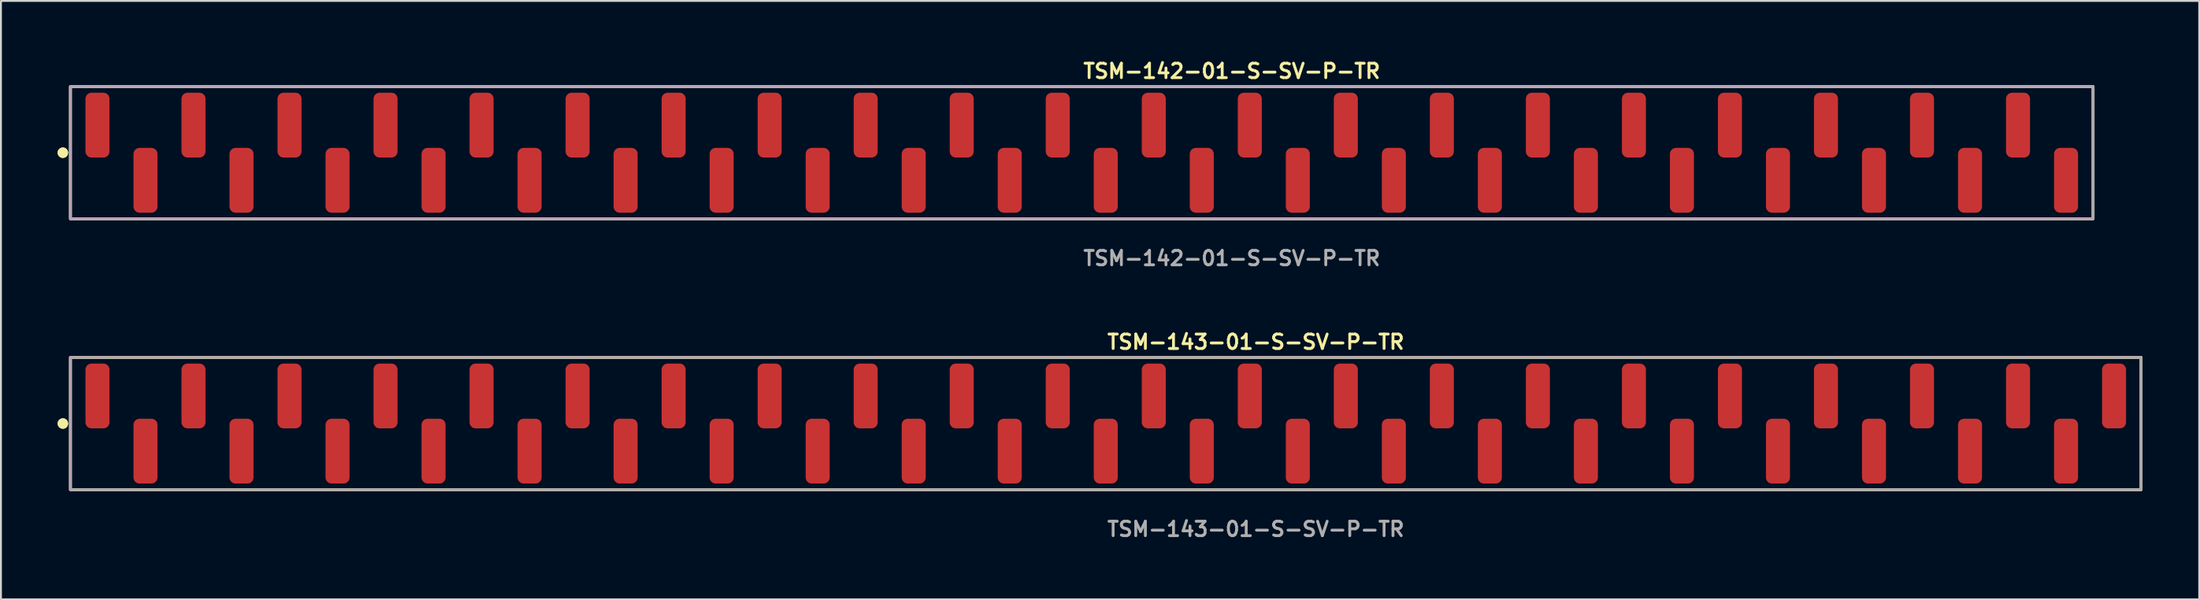
<source format=kicad_pcb>
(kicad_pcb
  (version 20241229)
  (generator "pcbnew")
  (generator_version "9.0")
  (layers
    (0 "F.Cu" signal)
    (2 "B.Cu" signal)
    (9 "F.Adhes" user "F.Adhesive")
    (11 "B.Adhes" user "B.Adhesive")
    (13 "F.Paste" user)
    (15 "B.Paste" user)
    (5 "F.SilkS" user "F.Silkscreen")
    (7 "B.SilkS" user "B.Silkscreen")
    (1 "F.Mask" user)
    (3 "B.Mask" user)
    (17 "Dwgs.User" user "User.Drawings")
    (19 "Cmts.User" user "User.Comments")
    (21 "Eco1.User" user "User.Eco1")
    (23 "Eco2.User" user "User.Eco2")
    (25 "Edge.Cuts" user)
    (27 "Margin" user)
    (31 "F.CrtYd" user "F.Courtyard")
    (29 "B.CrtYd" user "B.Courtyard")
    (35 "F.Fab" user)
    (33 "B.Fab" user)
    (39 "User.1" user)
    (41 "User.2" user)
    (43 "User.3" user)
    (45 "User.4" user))
  (footprint "TSM-143-01-S-SV-P-TR"
    (layer "F.Cu")
    (at 55.446 19.364)
    (property "Reference" "TSM-143-01-S-SV-P-TR" (at 0 -4.318 0) (unlocked yes) (layer "F.SilkS") (effects (font (size 0.762 0.762) (thickness 0.152)) (justify left)))
    (fp_rect (start -54.77 3.5) (end 54.77 -3.5) (stroke (width 0.152) (type solid)) (fill no) (layer "F.SilkS"))
    (fp_circle (center -55.17 0) (end -55.37 0) (stroke (width 0.152) (type solid)) (fill yes) (layer "F.SilkS"))
    (fp_circle (center -55.17 0) (end -55.37 0) (stroke (width 0.152) (type solid)) (fill yes) (layer "F.SilkS"))
    (fp_rect (start -54.77 3.5) (end 54.77 -3.5) (stroke (width 0.006) (type solid)) (fill no) (layer "F.CrtYd"))
    (fp_rect (start -54.77 3.5) (end 54.77 -3.5) (stroke (width 0.152) (type solid)) (fill no) (layer "F.Fab"))
    (fp_text user "${REFERENCE}" (at 0 5.588 0) (unlocked yes) (layer "F.Fab") (effects (font (size 0.762 0.762) (thickness 0.152)) (justify left)))
    (pad "1" smd roundrect (at -53.34 -1.46) (size 1.27 3.43) (layers "F.Cu" "F.Paste") (roundrect_rratio 0.25))
    (pad "2" smd roundrect (at -50.8 1.46) (size 1.27 3.43) (layers "F.Cu" "F.Paste") (roundrect_rratio 0.25))
    (pad "3" smd roundrect (at -48.26 -1.46) (size 1.27 3.43) (layers "F.Cu" "F.Paste") (roundrect_rratio 0.25))
    (pad "4" smd roundrect (at -45.72 1.46) (size 1.27 3.43) (layers "F.Cu" "F.Paste") (roundrect_rratio 0.25))
    (pad "5" smd roundrect (at -43.18 -1.46) (size 1.27 3.43) (layers "F.Cu" "F.Paste") (roundrect_rratio 0.25))
    (pad "6" smd roundrect (at -40.64 1.46) (size 1.27 3.43) (layers "F.Cu" "F.Paste") (roundrect_rratio 0.25))
    (pad "7" smd roundrect (at -38.1 -1.46) (size 1.27 3.43) (layers "F.Cu" "F.Paste") (roundrect_rratio 0.25))
    (pad "8" smd roundrect (at -35.56 1.46) (size 1.27 3.43) (layers "F.Cu" "F.Paste") (roundrect_rratio 0.25))
    (pad "9" smd roundrect (at -33.02 -1.46) (size 1.27 3.43) (layers "F.Cu" "F.Paste") (roundrect_rratio 0.25))
    (pad "10" smd roundrect (at -30.48 1.46) (size 1.27 3.43) (layers "F.Cu" "F.Paste") (roundrect_rratio 0.25))
    (pad "11" smd roundrect (at -27.94 -1.46) (size 1.27 3.43) (layers "F.Cu" "F.Paste") (roundrect_rratio 0.25))
    (pad "12" smd roundrect (at -25.4 1.46) (size 1.27 3.43) (layers "F.Cu" "F.Paste") (roundrect_rratio 0.25))
    (pad "13" smd roundrect (at -22.86 -1.46) (size 1.27 3.43) (layers "F.Cu" "F.Paste") (roundrect_rratio 0.25))
    (pad "14" smd roundrect (at -20.32 1.46) (size 1.27 3.43) (layers "F.Cu" "F.Paste") (roundrect_rratio 0.25))
    (pad "15" smd roundrect (at -17.78 -1.46) (size 1.27 3.43) (layers "F.Cu" "F.Paste") (roundrect_rratio 0.25))
    (pad "16" smd roundrect (at -15.24 1.46) (size 1.27 3.43) (layers "F.Cu" "F.Paste") (roundrect_rratio 0.25))
    (pad "17" smd roundrect (at -12.7 -1.46) (size 1.27 3.43) (layers "F.Cu" "F.Paste") (roundrect_rratio 0.25))
    (pad "18" smd roundrect (at -10.16 1.46) (size 1.27 3.43) (layers "F.Cu" "F.Paste") (roundrect_rratio 0.25))
    (pad "19" smd roundrect (at -7.62 -1.46) (size 1.27 3.43) (layers "F.Cu" "F.Paste") (roundrect_rratio 0.25))
    (pad "20" smd roundrect (at -5.08 1.46) (size 1.27 3.43) (layers "F.Cu" "F.Paste") (roundrect_rratio 0.25))
    (pad "21" smd roundrect (at -2.54 -1.46) (size 1.27 3.43) (layers "F.Cu" "F.Paste") (roundrect_rratio 0.25))
    (pad "22" smd roundrect (at 0 1.46) (size 1.27 3.43) (layers "F.Cu" "F.Paste") (roundrect_rratio 0.25))
    (pad "23" smd roundrect (at 2.54 -1.46) (size 1.27 3.43) (layers "F.Cu" "F.Paste") (roundrect_rratio 0.25))
    (pad "24" smd roundrect (at 5.08 1.46) (size 1.27 3.43) (layers "F.Cu" "F.Paste") (roundrect_rratio 0.25))
    (pad "25" smd roundrect (at 7.62 -1.46) (size 1.27 3.43) (layers "F.Cu" "F.Paste") (roundrect_rratio 0.25))
    (pad "26" smd roundrect (at 10.16 1.46) (size 1.27 3.43) (layers "F.Cu" "F.Paste") (roundrect_rratio 0.25))
    (pad "27" smd roundrect (at 12.7 -1.46) (size 1.27 3.43) (layers "F.Cu" "F.Paste") (roundrect_rratio 0.25))
    (pad "28" smd roundrect (at 15.24 1.46) (size 1.27 3.43) (layers "F.Cu" "F.Paste") (roundrect_rratio 0.25))
    (pad "29" smd roundrect (at 17.78 -1.46) (size 1.27 3.43) (layers "F.Cu" "F.Paste") (roundrect_rratio 0.25))
    (pad "30" smd roundrect (at 20.32 1.46) (size 1.27 3.43) (layers "F.Cu" "F.Paste") (roundrect_rratio 0.25))
    (pad "31" smd roundrect (at 22.86 -1.46) (size 1.27 3.43) (layers "F.Cu" "F.Paste") (roundrect_rratio 0.25))
    (pad "32" smd roundrect (at 25.4 1.46) (size 1.27 3.43) (layers "F.Cu" "F.Paste") (roundrect_rratio 0.25))
    (pad "33" smd roundrect (at 27.94 -1.46) (size 1.27 3.43) (layers "F.Cu" "F.Paste") (roundrect_rratio 0.25))
    (pad "34" smd roundrect (at 30.48 1.46) (size 1.27 3.43) (layers "F.Cu" "F.Paste") (roundrect_rratio 0.25))
    (pad "35" smd roundrect (at 33.02 -1.46) (size 1.27 3.43) (layers "F.Cu" "F.Paste") (roundrect_rratio 0.25))
    (pad "36" smd roundrect (at 35.56 1.46) (size 1.27 3.43) (layers "F.Cu" "F.Paste") (roundrect_rratio 0.25))
    (pad "37" smd roundrect (at 38.1 -1.46) (size 1.27 3.43) (layers "F.Cu" "F.Paste") (roundrect_rratio 0.25))
    (pad "38" smd roundrect (at 40.64 1.46) (size 1.27 3.43) (layers "F.Cu" "F.Paste") (roundrect_rratio 0.25))
    (pad "39" smd roundrect (at 43.18 -1.46) (size 1.27 3.43) (layers "F.Cu" "F.Paste") (roundrect_rratio 0.25))
    (pad "40" smd roundrect (at 45.72 1.46) (size 1.27 3.43) (layers "F.Cu" "F.Paste") (roundrect_rratio 0.25))
    (pad "41" smd roundrect (at 48.26 -1.46) (size 1.27 3.43) (layers "F.Cu" "F.Paste") (roundrect_rratio 0.25))
    (pad "42" smd roundrect (at 50.8 1.46) (size 1.27 3.43) (layers "F.Cu" "F.Paste") (roundrect_rratio 0.25))
    (pad "43" smd roundrect (at 53.34 -1.46) (size 1.27 3.43) (layers "F.Cu" "F.Paste") (roundrect_rratio 0.25)))
  (footprint "TSM-142-01-S-SV-P-TR"
    (layer "F.Cu")
    (at 54.176 5.031)
    (property "Reference" "TSM-142-01-S-SV-P-TR" (at 0 -4.318 0) (unlocked yes) (layer "F.SilkS") (effects (font (size 0.762 0.762) (thickness 0.152)) (justify left)))
    (fp_rect (start -53.5 3.5) (end 53.5 -3.5) (stroke (width 0.152) (type solid)) (fill no) (layer "F.SilkS"))
    (fp_circle (center -53.9 0) (end -54.1 0) (stroke (width 0.152) (type solid)) (fill yes) (layer "F.SilkS"))
    (fp_circle (center -53.9 0) (end -54.1 0) (stroke (width 0.152) (type solid)) (fill yes) (layer "F.SilkS"))
    (fp_rect (start -53.5 3.5) (end 53.5 -3.5) (stroke (width 0.006) (type solid)) (fill no) (layer "F.CrtYd"))
    (fp_rect (start -53.5 3.5) (end 53.5 -3.5) (stroke (width 0.152) (type solid)) (fill no) (layer "F.Fab"))
    (fp_text user "${REFERENCE}" (at 0 5.588 0) (unlocked yes) (layer "F.Fab") (effects (font (size 0.762 0.762) (thickness 0.152)) (justify left)))
    (pad "1" smd roundrect (at -52.07 -1.46) (size 1.27 3.43) (layers "F.Cu" "F.Paste") (roundrect_rratio 0.25))
    (pad "2" smd roundrect (at -49.53 1.46) (size 1.27 3.43) (layers "F.Cu" "F.Paste") (roundrect_rratio 0.25))
    (pad "3" smd roundrect (at -46.99 -1.46) (size 1.27 3.43) (layers "F.Cu" "F.Paste") (roundrect_rratio 0.25))
    (pad "4" smd roundrect (at -44.45 1.46) (size 1.27 3.43) (layers "F.Cu" "F.Paste") (roundrect_rratio 0.25))
    (pad "5" smd roundrect (at -41.91 -1.46) (size 1.27 3.43) (layers "F.Cu" "F.Paste") (roundrect_rratio 0.25))
    (pad "6" smd roundrect (at -39.37 1.46) (size 1.27 3.43) (layers "F.Cu" "F.Paste") (roundrect_rratio 0.25))
    (pad "7" smd roundrect (at -36.83 -1.46) (size 1.27 3.43) (layers "F.Cu" "F.Paste") (roundrect_rratio 0.25))
    (pad "8" smd roundrect (at -34.29 1.46) (size 1.27 3.43) (layers "F.Cu" "F.Paste") (roundrect_rratio 0.25))
    (pad "9" smd roundrect (at -31.75 -1.46) (size 1.27 3.43) (layers "F.Cu" "F.Paste") (roundrect_rratio 0.25))
    (pad "10" smd roundrect (at -29.21 1.46) (size 1.27 3.43) (layers "F.Cu" "F.Paste") (roundrect_rratio 0.25))
    (pad "11" smd roundrect (at -26.67 -1.46) (size 1.27 3.43) (layers "F.Cu" "F.Paste") (roundrect_rratio 0.25))
    (pad "12" smd roundrect (at -24.13 1.46) (size 1.27 3.43) (layers "F.Cu" "F.Paste") (roundrect_rratio 0.25))
    (pad "13" smd roundrect (at -21.59 -1.46) (size 1.27 3.43) (layers "F.Cu" "F.Paste") (roundrect_rratio 0.25))
    (pad "14" smd roundrect (at -19.05 1.46) (size 1.27 3.43) (layers "F.Cu" "F.Paste") (roundrect_rratio 0.25))
    (pad "15" smd roundrect (at -16.51 -1.46) (size 1.27 3.43) (layers "F.Cu" "F.Paste") (roundrect_rratio 0.25))
    (pad "16" smd roundrect (at -13.97 1.46) (size 1.27 3.43) (layers "F.Cu" "F.Paste") (roundrect_rratio 0.25))
    (pad "17" smd roundrect (at -11.43 -1.46) (size 1.27 3.43) (layers "F.Cu" "F.Paste") (roundrect_rratio 0.25))
    (pad "18" smd roundrect (at -8.89 1.46) (size 1.27 3.43) (layers "F.Cu" "F.Paste") (roundrect_rratio 0.25))
    (pad "19" smd roundrect (at -6.35 -1.46) (size 1.27 3.43) (layers "F.Cu" "F.Paste") (roundrect_rratio 0.25))
    (pad "20" smd roundrect (at -3.81 1.46) (size 1.27 3.43) (layers "F.Cu" "F.Paste") (roundrect_rratio 0.25))
    (pad "21" smd roundrect (at -1.27 -1.46) (size 1.27 3.43) (layers "F.Cu" "F.Paste") (roundrect_rratio 0.25))
    (pad "22" smd roundrect (at 1.27 1.46) (size 1.27 3.43) (layers "F.Cu" "F.Paste") (roundrect_rratio 0.25))
    (pad "23" smd roundrect (at 3.81 -1.46) (size 1.27 3.43) (layers "F.Cu" "F.Paste") (roundrect_rratio 0.25))
    (pad "24" smd roundrect (at 6.35 1.46) (size 1.27 3.43) (layers "F.Cu" "F.Paste") (roundrect_rratio 0.25))
    (pad "25" smd roundrect (at 8.89 -1.46) (size 1.27 3.43) (layers "F.Cu" "F.Paste") (roundrect_rratio 0.25))
    (pad "26" smd roundrect (at 11.43 1.46) (size 1.27 3.43) (layers "F.Cu" "F.Paste") (roundrect_rratio 0.25))
    (pad "27" smd roundrect (at 13.97 -1.46) (size 1.27 3.43) (layers "F.Cu" "F.Paste") (roundrect_rratio 0.25))
    (pad "28" smd roundrect (at 16.51 1.46) (size 1.27 3.43) (layers "F.Cu" "F.Paste") (roundrect_rratio 0.25))
    (pad "29" smd roundrect (at 19.05 -1.46) (size 1.27 3.43) (layers "F.Cu" "F.Paste") (roundrect_rratio 0.25))
    (pad "30" smd roundrect (at 21.59 1.46) (size 1.27 3.43) (layers "F.Cu" "F.Paste") (roundrect_rratio 0.25))
    (pad "31" smd roundrect (at 24.13 -1.46) (size 1.27 3.43) (layers "F.Cu" "F.Paste") (roundrect_rratio 0.25))
    (pad "32" smd roundrect (at 26.67 1.46) (size 1.27 3.43) (layers "F.Cu" "F.Paste") (roundrect_rratio 0.25))
    (pad "33" smd roundrect (at 29.21 -1.46) (size 1.27 3.43) (layers "F.Cu" "F.Paste") (roundrect_rratio 0.25))
    (pad "34" smd roundrect (at 31.75 1.46) (size 1.27 3.43) (layers "F.Cu" "F.Paste") (roundrect_rratio 0.25))
    (pad "35" smd roundrect (at 34.29 -1.46) (size 1.27 3.43) (layers "F.Cu" "F.Paste") (roundrect_rratio 0.25))
    (pad "36" smd roundrect (at 36.83 1.46) (size 1.27 3.43) (layers "F.Cu" "F.Paste") (roundrect_rratio 0.25))
    (pad "37" smd roundrect (at 39.37 -1.46) (size 1.27 3.43) (layers "F.Cu" "F.Paste") (roundrect_rratio 0.25))
    (pad "38" smd roundrect (at 41.91 1.46) (size 1.27 3.43) (layers "F.Cu" "F.Paste") (roundrect_rratio 0.25))
    (pad "39" smd roundrect (at 44.45 -1.46) (size 1.27 3.43) (layers "F.Cu" "F.Paste") (roundrect_rratio 0.25))
    (pad "40" smd roundrect (at 46.99 1.46) (size 1.27 3.43) (layers "F.Cu" "F.Paste") (roundrect_rratio 0.25))
    (pad "41" smd roundrect (at 49.53 -1.46) (size 1.27 3.43) (layers "F.Cu" "F.Paste") (roundrect_rratio 0.25))
    (pad "42" smd roundrect (at 52.07 1.46) (size 1.27 3.43) (layers "F.Cu" "F.Paste") (roundrect_rratio 0.25)))
  (gr_rect
    (start -3 -3)
    (end 113.292 28.665)
    (stroke (width 0.1) (type default))
    (fill no)
    (layer "Edge.Cuts")))
</source>
